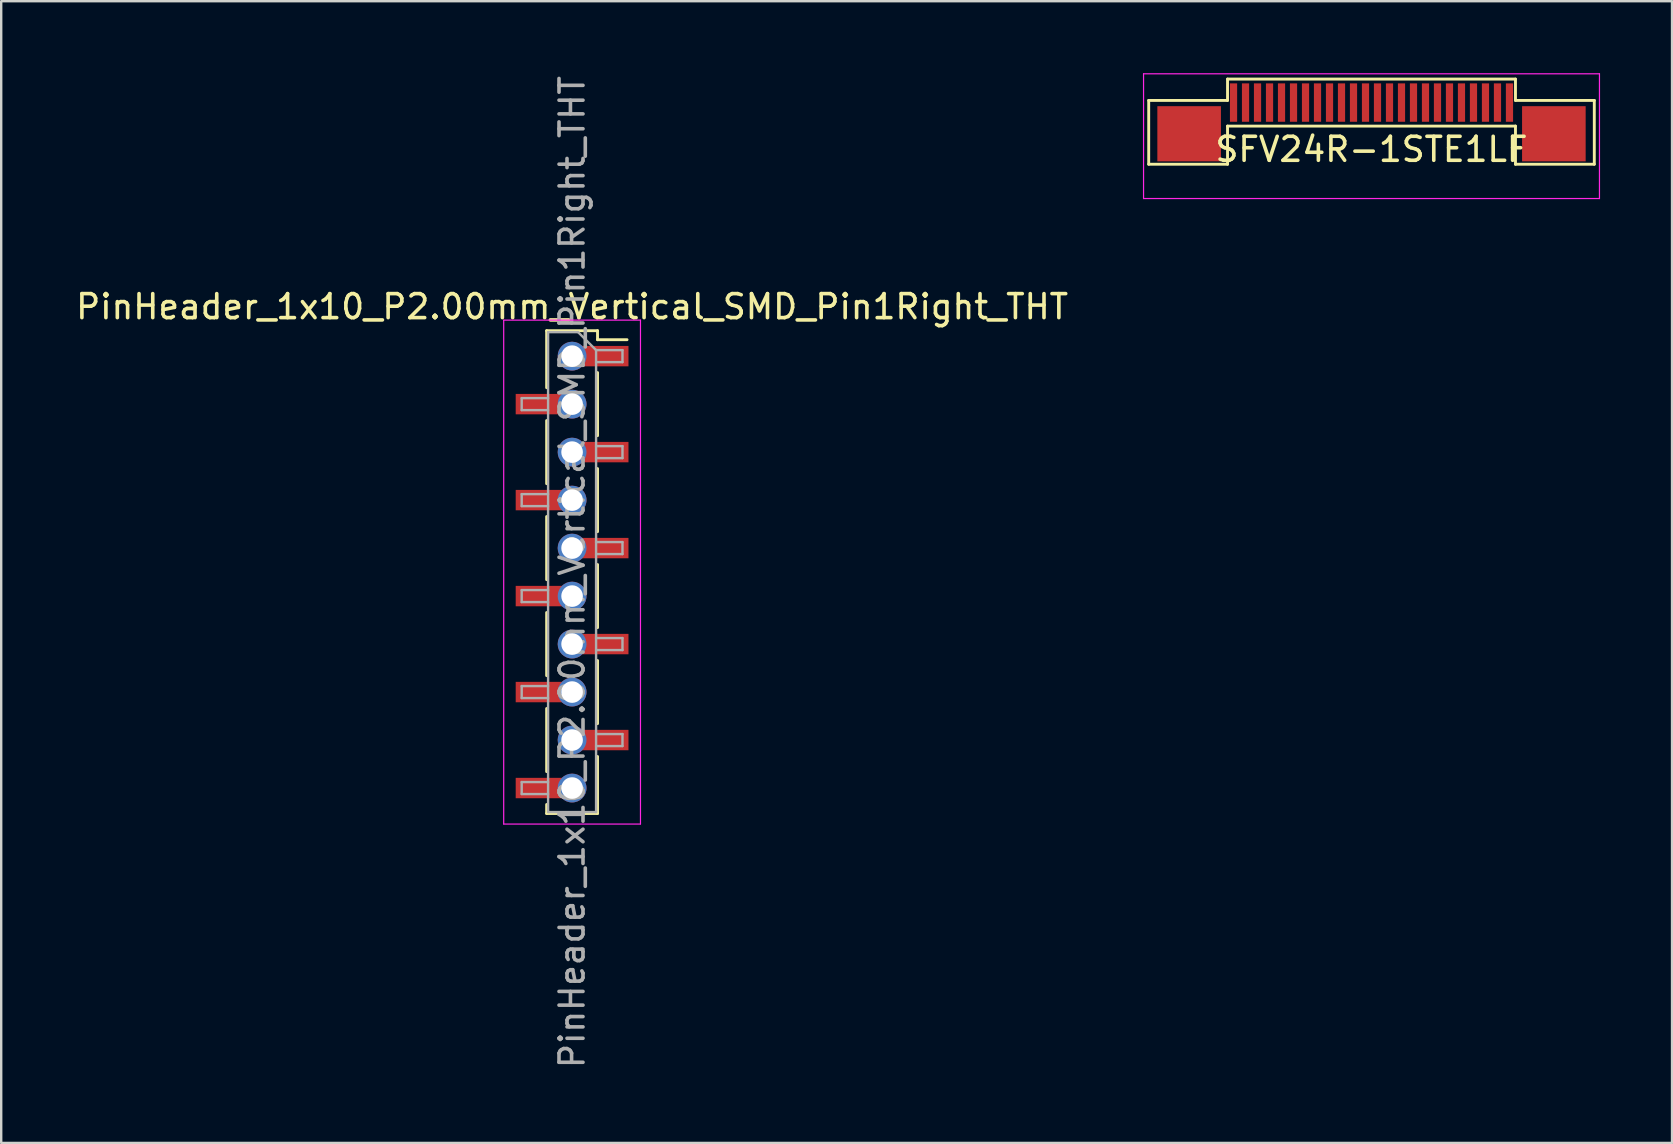
<source format=kicad_pcb>
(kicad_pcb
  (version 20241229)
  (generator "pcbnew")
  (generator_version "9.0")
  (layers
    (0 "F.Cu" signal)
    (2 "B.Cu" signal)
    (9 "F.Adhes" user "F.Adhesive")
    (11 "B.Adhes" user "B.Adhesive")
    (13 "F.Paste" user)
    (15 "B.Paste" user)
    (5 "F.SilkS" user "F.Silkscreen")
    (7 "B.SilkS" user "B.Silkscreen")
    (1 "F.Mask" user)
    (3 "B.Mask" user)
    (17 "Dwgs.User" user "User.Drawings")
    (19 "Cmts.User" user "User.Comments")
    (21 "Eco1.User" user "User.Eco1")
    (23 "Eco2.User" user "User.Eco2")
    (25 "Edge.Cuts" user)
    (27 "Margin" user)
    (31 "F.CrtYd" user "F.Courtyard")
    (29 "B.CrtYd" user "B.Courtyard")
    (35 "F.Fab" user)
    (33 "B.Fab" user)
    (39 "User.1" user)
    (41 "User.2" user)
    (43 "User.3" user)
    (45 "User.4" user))
  (footprint "SFV24R-1STE1LF"
    (layer "F.Cu")
    (at 54.108 1.225)
    (property "Reference" "SFV24R-1STE1LF" (at 0 1.95 0) (layer "F.SilkS") (effects (font (size 1 1) (thickness 0.15))))
    (attr smd)
    (fp_line (start -9.285 -0.09) (end -6 -0.09) (stroke (width 0.12) (type default)) (layer "F.SilkS"))
    (fp_line (start -9.285 2.57) (end -9.285 -0.09) (stroke (width 0.12) (type default)) (layer "F.SilkS"))
    (fp_line (start -6 -0.98) (end 6 -0.98) (stroke (width 0.12) (type default)) (layer "F.SilkS"))
    (fp_line (start -6 -0.09) (end -6 -0.98) (stroke (width 0.12) (type default)) (layer "F.SilkS"))
    (fp_line (start -6 0.98) (end -6 2.57) (stroke (width 0.12) (type default)) (layer "F.SilkS"))
    (fp_line (start -6 0.98) (end 6 0.98) (stroke (width 0.12) (type default)) (layer "F.SilkS"))
    (fp_line (start -6 2.57) (end -9.285 2.57) (stroke (width 0.12) (type default)) (layer "F.SilkS"))
    (fp_line (start 6 -0.09) (end 6 -0.98) (stroke (width 0.12) (type default)) (layer "F.SilkS"))
    (fp_line (start 6 0.98) (end 6 2.57) (stroke (width 0.12) (type default)) (layer "F.SilkS"))
    (fp_line (start 6 2.57) (end 9.285 2.57) (stroke (width 0.12) (type default)) (layer "F.SilkS"))
    (fp_line (start 9.285 -0.09) (end 6 -0.09) (stroke (width 0.12) (type default)) (layer "F.SilkS"))
    (fp_line (start 9.285 2.57) (end 9.285 -0.09) (stroke (width 0.12) (type default)) (layer "F.SilkS"))
    (fp_line (start -9.5 -1.2) (end -9.5 4) (stroke (width 0.05) (type default)) (layer "F.CrtYd"))
    (fp_line (start -9.5 -1.2) (end 9.5 -1.2) (stroke (width 0.05) (type default)) (layer "F.CrtYd"))
    (fp_line (start -9.5 4) (end 9.5 4) (stroke (width 0.05) (type default)) (layer "F.CrtYd"))
    (fp_line (start 9.5 -1.2) (end 9.5 4) (stroke (width 0.05) (type default)) (layer "F.CrtYd"))
    (pad "0" smd rect (at -7.6 1.3) (size 2.65 2.3) (layers "F.Cu" "F.Mask" "F.Paste"))
    (pad "0" smd rect (at 7.6 1.3) (size 2.65 2.3) (layers "F.Cu" "F.Mask" "F.Paste"))
    (pad "1" smd rect (at -5.75 0) (size 0.3 1.6) (layers "F.Cu" "F.Mask" "F.Paste"))
    (pad "2" smd rect (at -5.25 0) (size 0.3 1.6) (layers "F.Cu" "F.Mask" "F.Paste"))
    (pad "3" smd rect (at -4.75 0) (size 0.3 1.6) (layers "F.Cu" "F.Mask" "F.Paste"))
    (pad "4" smd rect (at -4.25 0) (size 0.3 1.6) (layers "F.Cu" "F.Mask" "F.Paste"))
    (pad "5" smd rect (at -3.75 0) (size 0.3 1.6) (layers "F.Cu" "F.Mask" "F.Paste"))
    (pad "6" smd rect (at -3.25 0) (size 0.3 1.6) (layers "F.Cu" "F.Mask" "F.Paste"))
    (pad "7" smd rect (at -2.75 0) (size 0.3 1.6) (layers "F.Cu" "F.Mask" "F.Paste"))
    (pad "8" smd rect (at -2.25 0) (size 0.3 1.6) (layers "F.Cu" "F.Mask" "F.Paste"))
    (pad "9" smd rect (at -1.75 0) (size 0.3 1.6) (layers "F.Cu" "F.Mask" "F.Paste"))
    (pad "10" smd rect (at -1.25 0) (size 0.3 1.6) (layers "F.Cu" "F.Mask" "F.Paste"))
    (pad "11" smd rect (at -0.75 0) (size 0.3 1.6) (layers "F.Cu" "F.Mask" "F.Paste"))
    (pad "12" smd rect (at -0.25 0) (size 0.3 1.6) (layers "F.Cu" "F.Mask" "F.Paste"))
    (pad "13" smd rect (at 0.25 0) (size 0.3 1.6) (layers "F.Cu" "F.Mask" "F.Paste"))
    (pad "14" smd rect (at 0.75 0) (size 0.3 1.6) (layers "F.Cu" "F.Mask" "F.Paste"))
    (pad "15" smd rect (at 1.25 0) (size 0.3 1.6) (layers "F.Cu" "F.Mask" "F.Paste"))
    (pad "16" smd rect (at 1.75 0) (size 0.3 1.6) (layers "F.Cu" "F.Mask" "F.Paste"))
    (pad "17" smd rect (at 2.25 0) (size 0.3 1.6) (layers "F.Cu" "F.Mask" "F.Paste"))
    (pad "18" smd rect (at 2.75 0) (size 0.3 1.6) (layers "F.Cu" "F.Mask" "F.Paste"))
    (pad "19" smd rect (at 3.25 0) (size 0.3 1.6) (layers "F.Cu" "F.Mask" "F.Paste"))
    (pad "20" smd rect (at 3.75 0) (size 0.3 1.6) (layers "F.Cu" "F.Mask" "F.Paste"))
    (pad "21" smd rect (at 4.25 0) (size 0.3 1.6) (layers "F.Cu" "F.Mask" "F.Paste"))
    (pad "22" smd rect (at 4.75 0) (size 0.3 1.6) (layers "F.Cu" "F.Mask" "F.Paste"))
    (pad "23" smd rect (at 5.25 0) (size 0.3 1.6) (layers "F.Cu" "F.Mask" "F.Paste"))
    (pad "24" smd rect (at 5.75 0) (size 0.3 1.6) (layers "F.Cu" "F.Mask" "F.Paste")))
  (footprint "PinHeader_1x10_P2.00mm_Vertical_SMD_Pin1Right_THT"
    (layer "F.Cu")
    (at 20.792 20.792)
    (property "Reference" "PinHeader_1x10_P2.00mm_Vertical_SMD_Pin1Right_THT" (at 0 -11.06 0) (layer "F.SilkS") (effects (font (size 1 1) (thickness 0.15))))
    (attr smd)
    (fp_line (start -1.06 -10.06) (end -1.06 -7.685) (stroke (width 0.12) (type solid)) (layer "F.SilkS"))
    (fp_line (start -1.06 -10.06) (end 1.06 -10.06) (stroke (width 0.12) (type solid)) (layer "F.SilkS"))
    (fp_line (start -1.06 -6.315) (end -1.06 -3.685) (stroke (width 0.12) (type solid)) (layer "F.SilkS"))
    (fp_line (start -1.06 -2.315) (end -1.06 0.315) (stroke (width 0.12) (type solid)) (layer "F.SilkS"))
    (fp_line (start -1.06 1.685) (end -1.06 4.315) (stroke (width 0.12) (type solid)) (layer "F.SilkS"))
    (fp_line (start -1.06 5.685) (end -1.06 8.315) (stroke (width 0.12) (type solid)) (layer "F.SilkS"))
    (fp_line (start -1.06 9.685) (end -1.06 10.06) (stroke (width 0.12) (type solid)) (layer "F.SilkS"))
    (fp_line (start -1.06 10.06) (end 1.06 10.06) (stroke (width 0.12) (type solid)) (layer "F.SilkS"))
    (fp_line (start 1.06 -10.06) (end 1.06 -9.685) (stroke (width 0.12) (type solid)) (layer "F.SilkS"))
    (fp_line (start 1.06 -9.685) (end 2.29 -9.685) (stroke (width 0.12) (type solid)) (layer "F.SilkS"))
    (fp_line (start 1.06 -8.315) (end 1.06 -5.685) (stroke (width 0.12) (type solid)) (layer "F.SilkS"))
    (fp_line (start 1.06 -4.315) (end 1.06 -1.685) (stroke (width 0.12) (type solid)) (layer "F.SilkS"))
    (fp_line (start 1.06 -0.315) (end 1.06 2.315) (stroke (width 0.12) (type solid)) (layer "F.SilkS"))
    (fp_line (start 1.06 3.685) (end 1.06 6.315) (stroke (width 0.12) (type solid)) (layer "F.SilkS"))
    (fp_line (start 1.06 7.685) (end 1.06 10.06) (stroke (width 0.12) (type solid)) (layer "F.SilkS"))
    (fp_line (start -2.85 -10.5) (end -2.85 10.5) (stroke (width 0.05) (type solid)) (layer "F.CrtYd"))
    (fp_line (start -2.85 10.5) (end 2.85 10.5) (stroke (width 0.05) (type solid)) (layer "F.CrtYd"))
    (fp_line (start 2.85 -10.5) (end -2.85 -10.5) (stroke (width 0.05) (type solid)) (layer "F.CrtYd"))
    (fp_line (start 2.85 10.5) (end 2.85 -10.5) (stroke (width 0.05) (type solid)) (layer "F.CrtYd"))
    (fp_line (start -2.1 -7.25) (end -2.1 -6.75) (stroke (width 0.1) (type solid)) (layer "F.Fab"))
    (fp_line (start -2.1 -6.75) (end -1 -6.75) (stroke (width 0.1) (type solid)) (layer "F.Fab"))
    (fp_line (start -2.1 -3.25) (end -2.1 -2.75) (stroke (width 0.1) (type solid)) (layer "F.Fab"))
    (fp_line (start -2.1 -2.75) (end -1 -2.75) (stroke (width 0.1) (type solid)) (layer "F.Fab"))
    (fp_line (start -2.1 0.75) (end -2.1 1.25) (stroke (width 0.1) (type solid)) (layer "F.Fab"))
    (fp_line (start -2.1 1.25) (end -1 1.25) (stroke (width 0.1) (type solid)) (layer "F.Fab"))
    (fp_line (start -2.1 4.75) (end -2.1 5.25) (stroke (width 0.1) (type solid)) (layer "F.Fab"))
    (fp_line (start -2.1 5.25) (end -1 5.25) (stroke (width 0.1) (type solid)) (layer "F.Fab"))
    (fp_line (start -2.1 8.75) (end -2.1 9.25) (stroke (width 0.1) (type solid)) (layer "F.Fab"))
    (fp_line (start -2.1 9.25) (end -1 9.25) (stroke (width 0.1) (type solid)) (layer "F.Fab"))
    (fp_line (start -1 -10) (end -1 10) (stroke (width 0.1) (type solid)) (layer "F.Fab"))
    (fp_line (start -1 -10) (end 0.25 -10) (stroke (width 0.1) (type solid)) (layer "F.Fab"))
    (fp_line (start -1 -7.25) (end -2.1 -7.25) (stroke (width 0.1) (type solid)) (layer "F.Fab"))
    (fp_line (start -1 -3.25) (end -2.1 -3.25) (stroke (width 0.1) (type solid)) (layer "F.Fab"))
    (fp_line (start -1 0.75) (end -2.1 0.75) (stroke (width 0.1) (type solid)) (layer "F.Fab"))
    (fp_line (start -1 4.75) (end -2.1 4.75) (stroke (width 0.1) (type solid)) (layer "F.Fab"))
    (fp_line (start -1 8.75) (end -2.1 8.75) (stroke (width 0.1) (type solid)) (layer "F.Fab"))
    (fp_line (start 1 -9.25) (end 0.25 -10) (stroke (width 0.1) (type solid)) (layer "F.Fab"))
    (fp_line (start 1 -9.25) (end 2.1 -9.25) (stroke (width 0.1) (type solid)) (layer "F.Fab"))
    (fp_line (start 1 -5.25) (end 2.1 -5.25) (stroke (width 0.1) (type solid)) (layer "F.Fab"))
    (fp_line (start 1 -1.25) (end 2.1 -1.25) (stroke (width 0.1) (type solid)) (layer "F.Fab"))
    (fp_line (start 1 2.75) (end 2.1 2.75) (stroke (width 0.1) (type solid)) (layer "F.Fab"))
    (fp_line (start 1 6.75) (end 2.1 6.75) (stroke (width 0.1) (type solid)) (layer "F.Fab"))
    (fp_line (start 1 10) (end -1 10) (stroke (width 0.1) (type solid)) (layer "F.Fab"))
    (fp_line (start 1 10) (end 1 -9.25) (stroke (width 0.1) (type solid)) (layer "F.Fab"))
    (fp_line (start 2.1 -9.25) (end 2.1 -8.75) (stroke (width 0.1) (type solid)) (layer "F.Fab"))
    (fp_line (start 2.1 -8.75) (end 1 -8.75) (stroke (width 0.1) (type solid)) (layer "F.Fab"))
    (fp_line (start 2.1 -5.25) (end 2.1 -4.75) (stroke (width 0.1) (type solid)) (layer "F.Fab"))
    (fp_line (start 2.1 -4.75) (end 1 -4.75) (stroke (width 0.1) (type solid)) (layer "F.Fab"))
    (fp_line (start 2.1 -1.25) (end 2.1 -0.75) (stroke (width 0.1) (type solid)) (layer "F.Fab"))
    (fp_line (start 2.1 -0.75) (end 1 -0.75) (stroke (width 0.1) (type solid)) (layer "F.Fab"))
    (fp_line (start 2.1 2.75) (end 2.1 3.25) (stroke (width 0.1) (type solid)) (layer "F.Fab"))
    (fp_line (start 2.1 3.25) (end 1 3.25) (stroke (width 0.1) (type solid)) (layer "F.Fab"))
    (fp_line (start 2.1 6.75) (end 2.1 7.25) (stroke (width 0.1) (type solid)) (layer "F.Fab"))
    (fp_line (start 2.1 7.25) (end 1 7.25) (stroke (width 0.1) (type solid)) (layer "F.Fab"))
    (fp_text user "${REFERENCE}" (at 0 0 90) (layer "F.Fab") (effects (font (size 1 1) (thickness 0.15))))
    (pad "1" thru_hole circle (at 0 -9) (size 1.2 1.2) (drill 0.9) (layers "*.Cu" "*.Mask"))
    (pad "1" smd rect (at 1.175 -9) (size 2.35 0.85) (layers "F.Cu" "F.Mask" "F.Paste"))
    (pad "2" smd rect (at -1.175 -7) (size 2.35 0.85) (layers "F.Cu" "F.Mask" "F.Paste"))
    (pad "2" thru_hole circle (at 0 -7) (size 1.2 1.2) (drill 0.9) (layers "*.Cu" "*.Mask"))
    (pad "3" thru_hole circle (at 0 -5) (size 1.2 1.2) (drill 0.9) (layers "*.Cu" "*.Mask"))
    (pad "3" smd rect (at 1.175 -5) (size 2.35 0.85) (layers "F.Cu" "F.Mask" "F.Paste"))
    (pad "4" smd rect (at -1.175 -3) (size 2.35 0.85) (layers "F.Cu" "F.Mask" "F.Paste"))
    (pad "4" thru_hole circle (at 0 -3) (size 1.2 1.2) (drill 0.9) (layers "*.Cu" "*.Mask"))
    (pad "5" thru_hole circle (at 0 -1) (size 1.2 1.2) (drill 0.9) (layers "*.Cu" "*.Mask"))
    (pad "5" smd rect (at 1.175 -1) (size 2.35 0.85) (layers "F.Cu" "F.Mask" "F.Paste"))
    (pad "6" smd rect (at -1.175 1) (size 2.35 0.85) (layers "F.Cu" "F.Mask" "F.Paste"))
    (pad "6" thru_hole circle (at 0 1) (size 1.2 1.2) (drill 0.9) (layers "*.Cu" "*.Mask"))
    (pad "7" thru_hole circle (at 0 3) (size 1.2 1.2) (drill 0.9) (layers "*.Cu" "*.Mask"))
    (pad "7" smd rect (at 1.175 3) (size 2.35 0.85) (layers "F.Cu" "F.Mask" "F.Paste"))
    (pad "8" smd rect (at -1.175 5) (size 2.35 0.85) (layers "F.Cu" "F.Mask" "F.Paste"))
    (pad "8" thru_hole circle (at 0 5) (size 1.2 1.2) (drill 0.9) (layers "*.Cu" "*.Mask"))
    (pad "9" thru_hole circle (at 0 7) (size 1.2 1.2) (drill 0.9) (layers "*.Cu" "*.Mask"))
    (pad "9" smd rect (at 1.175 7) (size 2.35 0.85) (layers "F.Cu" "F.Mask" "F.Paste"))
    (pad "10" smd rect (at -1.175 9) (size 2.35 0.85) (layers "F.Cu" "F.Mask" "F.Paste"))
    (pad "10" thru_hole circle (at 0 9) (size 1.2 1.2) (drill 0.9) (layers "*.Cu" "*.Mask")))
  (gr_rect
    (start -3 -3)
    (end 66.633 44.583)
    (stroke (width 0.1) (type default))
    (fill no)
    (layer "Edge.Cuts")))
</source>
